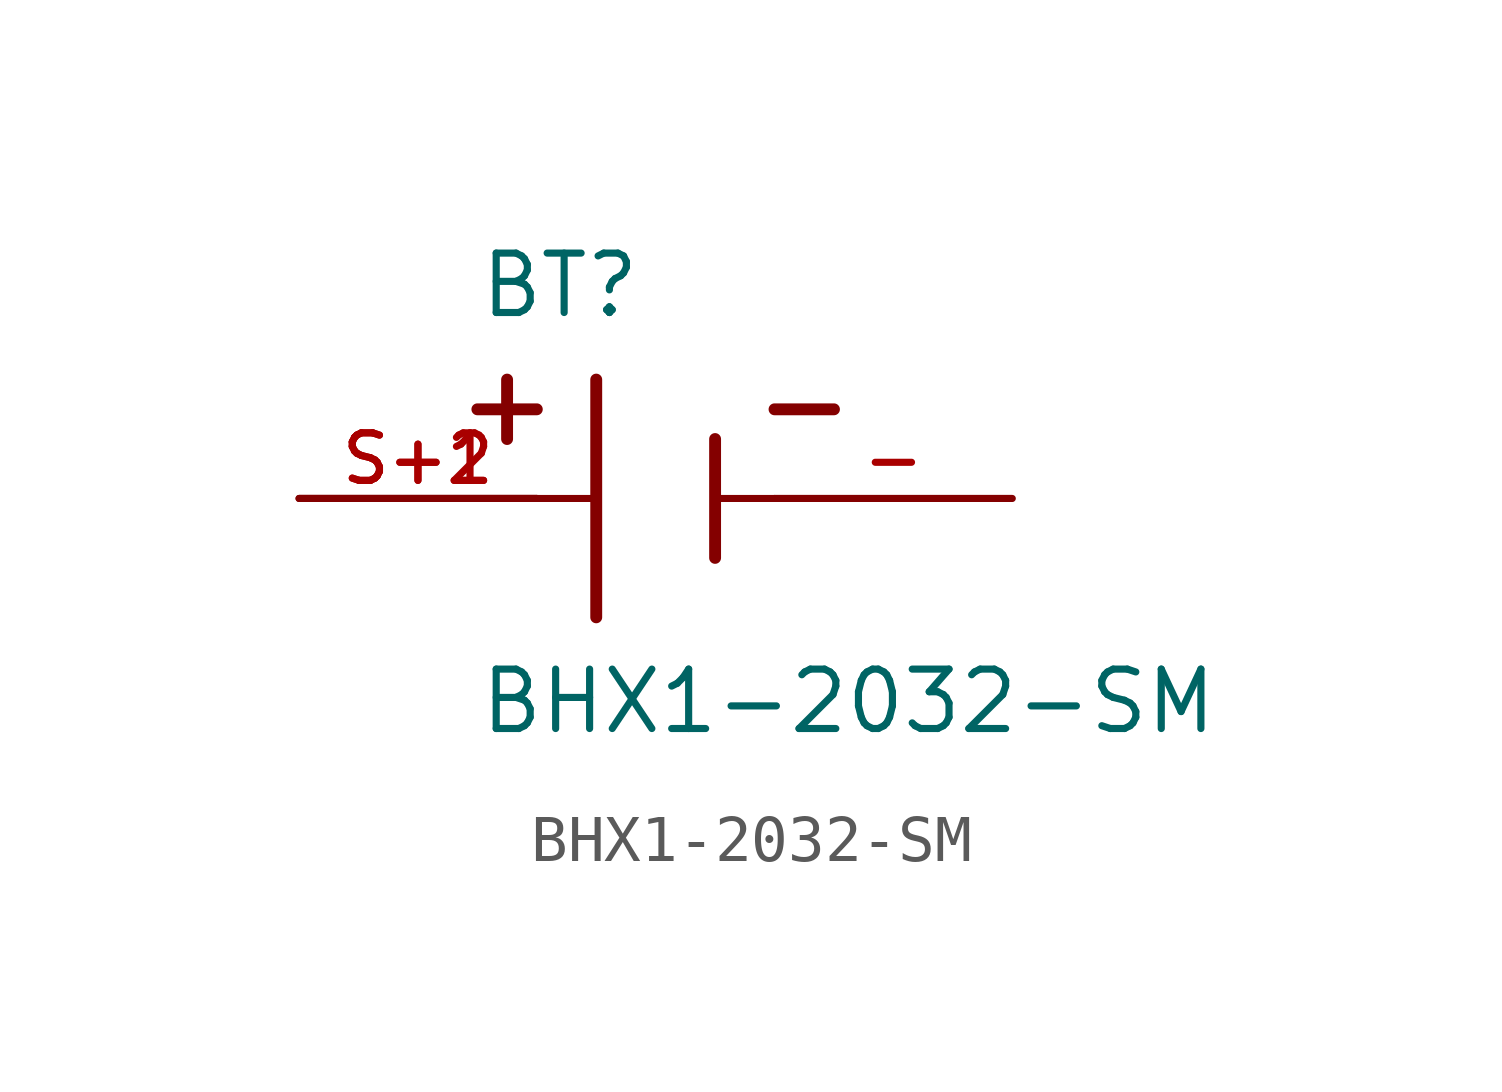
<source format=kicad_sym>
(kicad_symbol_lib
  (version 20211014)
  (generator kicad_symbol_editor)
  (symbol "BHX1-2032-SM"
    (pin_names
      (offset 1.016))
    (property "Reference" "BT"
      (at -3.81 3.81 0)
      (effects (font (size 1.27 1.27)) (justify bottom left)))
    (property "Value" "BHX1-2032-SM"
      (at -3.81 -5.08 0)
      (effects (font (size 1.27 1.27)) (justify bottom left)))
    (symbol "BHX1-2032-SM_0_0"
      (polyline (pts (xy -1.27 2.54) (xy -1.27 -2.54)) (stroke (width 0.254)))
      (polyline (pts (xy 1.27 1.27) (xy 1.27 -1.27)) (stroke (width 0.254)))
      (polyline (pts (xy -1.27 0.0) (xy -2.54 0.0)) (stroke (width 0.152)))
      (polyline (pts (xy 1.27 0.0) (xy 2.54 0.0)) (stroke (width 0.152)))
      (polyline (pts (xy -3.175 2.54) (xy -3.175 1.27)) (stroke (width 0.254)))
      (polyline (pts (xy -3.81 1.905) (xy -2.54 1.905)) (stroke (width 0.254)))
      (polyline (pts (xy 3.81 1.905) (xy 2.54 1.905)) (stroke (width 0.254)))
      (pin passive line (at -7.62 0.0 0) (length 5.08) (name "~" (effects (font (size 1.016 1.016)))) (number "S+1" (effects (font (size 1.016 1.016)))))
      (pin passive line (at 7.62 0.0 180.0) (length 5.08) (name "~" (effects (font (size 1.016 1.016)))) (number "-" (effects (font (size 1.016 1.016)))))
      (pin passive line (at -7.62 0.0 0) (length 5.08) (name "~" (effects (font (size 1.016 1.016)))) (number "S+2" (effects (font (size 1.016 1.016))))))))
</source>
